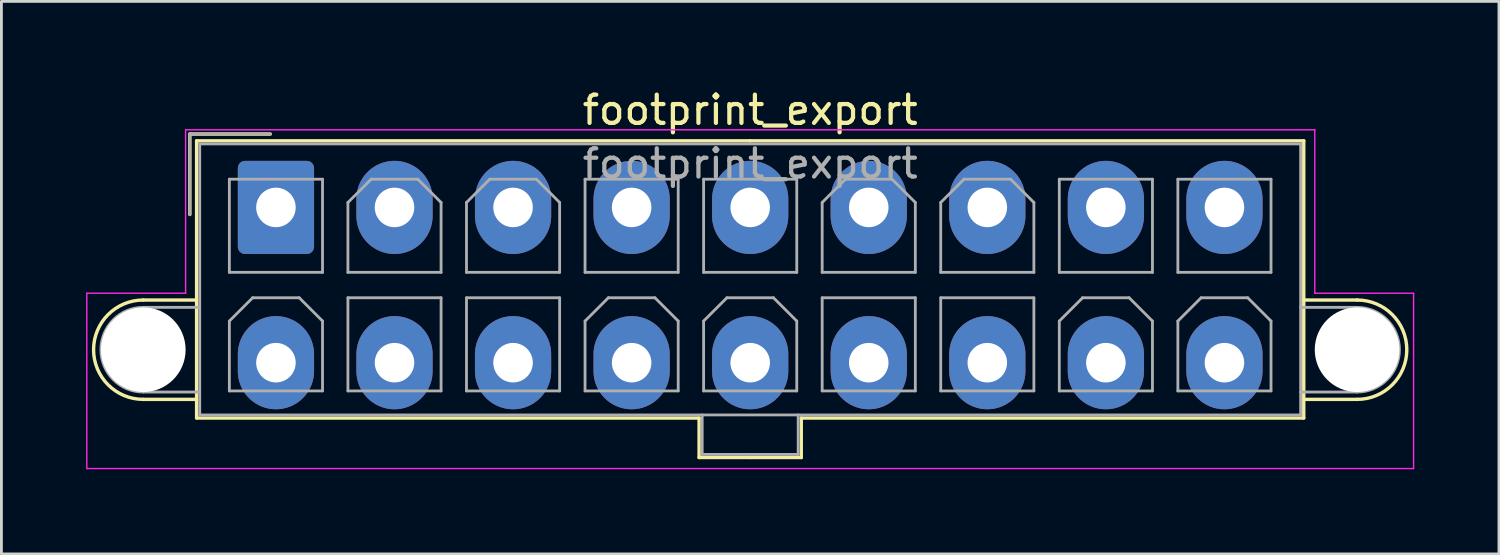
<source format=kicad_pcb>
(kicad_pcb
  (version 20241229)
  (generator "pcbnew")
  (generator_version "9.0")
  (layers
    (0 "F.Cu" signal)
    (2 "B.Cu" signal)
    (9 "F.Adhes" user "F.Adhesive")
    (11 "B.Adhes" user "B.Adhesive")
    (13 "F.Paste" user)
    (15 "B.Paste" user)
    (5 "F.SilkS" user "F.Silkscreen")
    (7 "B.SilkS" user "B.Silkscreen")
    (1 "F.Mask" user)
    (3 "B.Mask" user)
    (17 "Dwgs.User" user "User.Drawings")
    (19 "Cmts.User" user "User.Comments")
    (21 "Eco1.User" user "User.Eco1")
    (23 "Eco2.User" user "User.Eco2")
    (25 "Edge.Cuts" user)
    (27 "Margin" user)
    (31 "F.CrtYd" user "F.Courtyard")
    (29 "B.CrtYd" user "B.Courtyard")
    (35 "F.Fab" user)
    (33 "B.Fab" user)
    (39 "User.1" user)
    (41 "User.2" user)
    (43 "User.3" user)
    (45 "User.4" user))
  (footprint "footprint_export"
    (layer "F.Cu")
    (at 6.725 4.298)
    (property "Reference" "footprint_export" (at 16.8 -3.45 0) (layer "F.SilkS") (effects (font (size 1 1) (thickness 0.15))))
    (attr through_hole)
    (fp_line (start -4.7 3.28) (end -2.81 3.28) (stroke (width 0.12) (type solid)) (layer "F.SilkS"))
    (fp_line (start -4.7 6.8) (end -2.81 6.8) (stroke (width 0.12) (type solid)) (layer "F.SilkS"))
    (fp_line (start -3.05 -2.6) (end -3.05 0.25) (stroke (width 0.12) (type solid)) (layer "F.SilkS"))
    (fp_line (start -2.81 -2.36) (end -2.81 7.46) (stroke (width 0.12) (type solid)) (layer "F.SilkS"))
    (fp_line (start -2.81 7.46) (end 14.99 7.46) (stroke (width 0.12) (type solid)) (layer "F.SilkS"))
    (fp_line (start -0.2 -2.6) (end -3.05 -2.6) (stroke (width 0.12) (type solid)) (layer "F.SilkS"))
    (fp_line (start 14.99 7.46) (end 14.99 8.86) (stroke (width 0.12) (type solid)) (layer "F.SilkS"))
    (fp_line (start 14.99 8.86) (end 16.8 8.86) (stroke (width 0.12) (type solid)) (layer "F.SilkS"))
    (fp_line (start 16.8 -2.36) (end -2.81 -2.36) (stroke (width 0.12) (type solid)) (layer "F.SilkS"))
    (fp_line (start 16.8 -2.36) (end 36.41 -2.36) (stroke (width 0.12) (type solid)) (layer "F.SilkS"))
    (fp_line (start 18.61 7.46) (end 18.61 8.86) (stroke (width 0.12) (type solid)) (layer "F.SilkS"))
    (fp_line (start 18.61 8.86) (end 16.8 8.86) (stroke (width 0.12) (type solid)) (layer "F.SilkS"))
    (fp_line (start 36.41 -2.36) (end 36.41 7.46) (stroke (width 0.12) (type solid)) (layer "F.SilkS"))
    (fp_line (start 36.41 7.46) (end 18.61 7.46) (stroke (width 0.12) (type solid)) (layer "F.SilkS"))
    (fp_line (start 38.3 3.28) (end 36.41 3.28) (stroke (width 0.12) (type solid)) (layer "F.SilkS"))
    (fp_line (start 38.3 6.8) (end 36.41 6.8) (stroke (width 0.12) (type solid)) (layer "F.SilkS"))
    (fp_arc (start -4.7 6.8) (mid -6.46 5.04) (end -4.7 3.28) (stroke (width 0.12) (type solid)) (layer "F.SilkS"))
    (fp_arc (start 38.3 3.28) (mid 40.06 5.04) (end 38.3 6.8) (stroke (width 0.12) (type solid)) (layer "F.SilkS"))
    (fp_line (start -6.7 3.04) (end -6.7 9.25) (stroke (width 0.05) (type solid)) (layer "F.CrtYd"))
    (fp_line (start -6.7 9.25) (end 40.3 9.25) (stroke (width 0.05) (type solid)) (layer "F.CrtYd"))
    (fp_line (start -3.2 -2.75) (end -3.2 3.04) (stroke (width 0.05) (type solid)) (layer "F.CrtYd"))
    (fp_line (start -3.2 3.04) (end -6.7 3.04) (stroke (width 0.05) (type solid)) (layer "F.CrtYd"))
    (fp_line (start 36.8 -2.75) (end -3.2 -2.75) (stroke (width 0.05) (type solid)) (layer "F.CrtYd"))
    (fp_line (start 36.8 3.04) (end 36.8 -2.75) (stroke (width 0.05) (type solid)) (layer "F.CrtYd"))
    (fp_line (start 40.3 3.04) (end 36.8 3.04) (stroke (width 0.05) (type solid)) (layer "F.CrtYd"))
    (fp_line (start 40.3 9.25) (end 40.3 3.04) (stroke (width 0.05) (type solid)) (layer "F.CrtYd"))
    (fp_line (start -4.7 3.54) (end -2.7 3.54) (stroke (width 0.1) (type solid)) (layer "F.Fab"))
    (fp_line (start -4.7 6.54) (end -2.7 6.54) (stroke (width 0.1) (type solid)) (layer "F.Fab"))
    (fp_line (start -3.05 -2.6) (end -3.05 0.25) (stroke (width 0.1) (type solid)) (layer "F.Fab"))
    (fp_line (start -2.7 -2.25) (end -2.7 7.35) (stroke (width 0.1) (type solid)) (layer "F.Fab"))
    (fp_line (start -2.7 7.35) (end 36.3 7.35) (stroke (width 0.1) (type solid)) (layer "F.Fab"))
    (fp_line (start -1.65 -1) (end -1.65 2.3) (stroke (width 0.1) (type solid)) (layer "F.Fab"))
    (fp_line (start -1.65 2.3) (end 1.65 2.3) (stroke (width 0.1) (type solid)) (layer "F.Fab"))
    (fp_line (start -1.65 4.025) (end -0.825 3.2) (stroke (width 0.1) (type solid)) (layer "F.Fab"))
    (fp_line (start -1.65 6.5) (end -1.65 4.025) (stroke (width 0.1) (type solid)) (layer "F.Fab"))
    (fp_line (start -0.825 3.2) (end 0.825 3.2) (stroke (width 0.1) (type solid)) (layer "F.Fab"))
    (fp_line (start -0.2 -2.6) (end -3.05 -2.6) (stroke (width 0.1) (type solid)) (layer "F.Fab"))
    (fp_line (start 0.825 3.2) (end 1.65 4.025) (stroke (width 0.1) (type solid)) (layer "F.Fab"))
    (fp_line (start 1.65 -1) (end -1.65 -1) (stroke (width 0.1) (type solid)) (layer "F.Fab"))
    (fp_line (start 1.65 2.3) (end 1.65 -1) (stroke (width 0.1) (type solid)) (layer "F.Fab"))
    (fp_line (start 1.65 4.025) (end 1.65 6.5) (stroke (width 0.1) (type solid)) (layer "F.Fab"))
    (fp_line (start 1.65 6.5) (end -1.65 6.5) (stroke (width 0.1) (type solid)) (layer "F.Fab"))
    (fp_line (start 2.55 -0.175) (end 3.375 -1) (stroke (width 0.1) (type solid)) (layer "F.Fab"))
    (fp_line (start 2.55 2.3) (end 2.55 -0.175) (stroke (width 0.1) (type solid)) (layer "F.Fab"))
    (fp_line (start 2.55 3.2) (end 2.55 6.5) (stroke (width 0.1) (type solid)) (layer "F.Fab"))
    (fp_line (start 2.55 6.5) (end 5.85 6.5) (stroke (width 0.1) (type solid)) (layer "F.Fab"))
    (fp_line (start 3.375 -1) (end 5.025 -1) (stroke (width 0.1) (type solid)) (layer "F.Fab"))
    (fp_line (start 5.025 -1) (end 5.85 -0.175) (stroke (width 0.1) (type solid)) (layer "F.Fab"))
    (fp_line (start 5.85 -0.175) (end 5.85 2.3) (stroke (width 0.1) (type solid)) (layer "F.Fab"))
    (fp_line (start 5.85 2.3) (end 2.55 2.3) (stroke (width 0.1) (type solid)) (layer "F.Fab"))
    (fp_line (start 5.85 3.2) (end 2.55 3.2) (stroke (width 0.1) (type solid)) (layer "F.Fab"))
    (fp_line (start 5.85 6.5) (end 5.85 3.2) (stroke (width 0.1) (type solid)) (layer "F.Fab"))
    (fp_line (start 6.75 -0.175) (end 7.575 -1) (stroke (width 0.1) (type solid)) (layer "F.Fab"))
    (fp_line (start 6.75 2.3) (end 6.75 -0.175) (stroke (width 0.1) (type solid)) (layer "F.Fab"))
    (fp_line (start 6.75 3.2) (end 6.75 6.5) (stroke (width 0.1) (type solid)) (layer "F.Fab"))
    (fp_line (start 6.75 6.5) (end 10.05 6.5) (stroke (width 0.1) (type solid)) (layer "F.Fab"))
    (fp_line (start 7.575 -1) (end 9.225 -1) (stroke (width 0.1) (type solid)) (layer "F.Fab"))
    (fp_line (start 9.225 -1) (end 10.05 -0.175) (stroke (width 0.1) (type solid)) (layer "F.Fab"))
    (fp_line (start 10.05 -0.175) (end 10.05 2.3) (stroke (width 0.1) (type solid)) (layer "F.Fab"))
    (fp_line (start 10.05 2.3) (end 6.75 2.3) (stroke (width 0.1) (type solid)) (layer "F.Fab"))
    (fp_line (start 10.05 3.2) (end 6.75 3.2) (stroke (width 0.1) (type solid)) (layer "F.Fab"))
    (fp_line (start 10.05 6.5) (end 10.05 3.2) (stroke (width 0.1) (type solid)) (layer "F.Fab"))
    (fp_line (start 10.95 -1) (end 10.95 2.3) (stroke (width 0.1) (type solid)) (layer "F.Fab"))
    (fp_line (start 10.95 2.3) (end 14.25 2.3) (stroke (width 0.1) (type solid)) (layer "F.Fab"))
    (fp_line (start 10.95 4.025) (end 11.775 3.2) (stroke (width 0.1) (type solid)) (layer "F.Fab"))
    (fp_line (start 10.95 6.5) (end 10.95 4.025) (stroke (width 0.1) (type solid)) (layer "F.Fab"))
    (fp_line (start 11.775 3.2) (end 13.425 3.2) (stroke (width 0.1) (type solid)) (layer "F.Fab"))
    (fp_line (start 13.425 3.2) (end 14.25 4.025) (stroke (width 0.1) (type solid)) (layer "F.Fab"))
    (fp_line (start 14.25 -1) (end 10.95 -1) (stroke (width 0.1) (type solid)) (layer "F.Fab"))
    (fp_line (start 14.25 2.3) (end 14.25 -1) (stroke (width 0.1) (type solid)) (layer "F.Fab"))
    (fp_line (start 14.25 4.025) (end 14.25 6.5) (stroke (width 0.1) (type solid)) (layer "F.Fab"))
    (fp_line (start 14.25 6.5) (end 10.95 6.5) (stroke (width 0.1) (type solid)) (layer "F.Fab"))
    (fp_line (start 15.1 7.35) (end 15.1 8.75) (stroke (width 0.1) (type solid)) (layer "F.Fab"))
    (fp_line (start 15.1 8.75) (end 18.5 8.75) (stroke (width 0.1) (type solid)) (layer "F.Fab"))
    (fp_line (start 15.15 -1) (end 15.15 2.3) (stroke (width 0.1) (type solid)) (layer "F.Fab"))
    (fp_line (start 15.15 2.3) (end 18.45 2.3) (stroke (width 0.1) (type solid)) (layer "F.Fab"))
    (fp_line (start 15.15 4.025) (end 15.975 3.2) (stroke (width 0.1) (type solid)) (layer "F.Fab"))
    (fp_line (start 15.15 6.5) (end 15.15 4.025) (stroke (width 0.1) (type solid)) (layer "F.Fab"))
    (fp_line (start 15.975 3.2) (end 17.625 3.2) (stroke (width 0.1) (type solid)) (layer "F.Fab"))
    (fp_line (start 17.625 3.2) (end 18.45 4.025) (stroke (width 0.1) (type solid)) (layer "F.Fab"))
    (fp_line (start 18.45 -1) (end 15.15 -1) (stroke (width 0.1) (type solid)) (layer "F.Fab"))
    (fp_line (start 18.45 2.3) (end 18.45 -1) (stroke (width 0.1) (type solid)) (layer "F.Fab"))
    (fp_line (start 18.45 4.025) (end 18.45 6.5) (stroke (width 0.1) (type solid)) (layer "F.Fab"))
    (fp_line (start 18.45 6.5) (end 15.15 6.5) (stroke (width 0.1) (type solid)) (layer "F.Fab"))
    (fp_line (start 18.5 8.75) (end 18.5 7.35) (stroke (width 0.1) (type solid)) (layer "F.Fab"))
    (fp_line (start 19.35 -0.175) (end 20.175 -1) (stroke (width 0.1) (type solid)) (layer "F.Fab"))
    (fp_line (start 19.35 2.3) (end 19.35 -0.175) (stroke (width 0.1) (type solid)) (layer "F.Fab"))
    (fp_line (start 19.35 3.2) (end 19.35 6.5) (stroke (width 0.1) (type solid)) (layer "F.Fab"))
    (fp_line (start 19.35 6.5) (end 22.65 6.5) (stroke (width 0.1) (type solid)) (layer "F.Fab"))
    (fp_line (start 20.175 -1) (end 21.825 -1) (stroke (width 0.1) (type solid)) (layer "F.Fab"))
    (fp_line (start 21.825 -1) (end 22.65 -0.175) (stroke (width 0.1) (type solid)) (layer "F.Fab"))
    (fp_line (start 22.65 -0.175) (end 22.65 2.3) (stroke (width 0.1) (type solid)) (layer "F.Fab"))
    (fp_line (start 22.65 2.3) (end 19.35 2.3) (stroke (width 0.1) (type solid)) (layer "F.Fab"))
    (fp_line (start 22.65 3.2) (end 19.35 3.2) (stroke (width 0.1) (type solid)) (layer "F.Fab"))
    (fp_line (start 22.65 6.5) (end 22.65 3.2) (stroke (width 0.1) (type solid)) (layer "F.Fab"))
    (fp_line (start 23.55 -0.175) (end 24.375 -1) (stroke (width 0.1) (type solid)) (layer "F.Fab"))
    (fp_line (start 23.55 2.3) (end 23.55 -0.175) (stroke (width 0.1) (type solid)) (layer "F.Fab"))
    (fp_line (start 23.55 3.2) (end 23.55 6.5) (stroke (width 0.1) (type solid)) (layer "F.Fab"))
    (fp_line (start 23.55 6.5) (end 26.85 6.5) (stroke (width 0.1) (type solid)) (layer "F.Fab"))
    (fp_line (start 24.375 -1) (end 26.025 -1) (stroke (width 0.1) (type solid)) (layer "F.Fab"))
    (fp_line (start 26.025 -1) (end 26.85 -0.175) (stroke (width 0.1) (type solid)) (layer "F.Fab"))
    (fp_line (start 26.85 -0.175) (end 26.85 2.3) (stroke (width 0.1) (type solid)) (layer "F.Fab"))
    (fp_line (start 26.85 2.3) (end 23.55 2.3) (stroke (width 0.1) (type solid)) (layer "F.Fab"))
    (fp_line (start 26.85 3.2) (end 23.55 3.2) (stroke (width 0.1) (type solid)) (layer "F.Fab"))
    (fp_line (start 26.85 6.5) (end 26.85 3.2) (stroke (width 0.1) (type solid)) (layer "F.Fab"))
    (fp_line (start 27.75 -1) (end 27.75 2.3) (stroke (width 0.1) (type solid)) (layer "F.Fab"))
    (fp_line (start 27.75 2.3) (end 31.05 2.3) (stroke (width 0.1) (type solid)) (layer "F.Fab"))
    (fp_line (start 27.75 4.025) (end 28.575 3.2) (stroke (width 0.1) (type solid)) (layer "F.Fab"))
    (fp_line (start 27.75 6.5) (end 27.75 4.025) (stroke (width 0.1) (type solid)) (layer "F.Fab"))
    (fp_line (start 28.575 3.2) (end 30.225 3.2) (stroke (width 0.1) (type solid)) (layer "F.Fab"))
    (fp_line (start 30.225 3.2) (end 31.05 4.025) (stroke (width 0.1) (type solid)) (layer "F.Fab"))
    (fp_line (start 31.05 -1) (end 27.75 -1) (stroke (width 0.1) (type solid)) (layer "F.Fab"))
    (fp_line (start 31.05 2.3) (end 31.05 -1) (stroke (width 0.1) (type solid)) (layer "F.Fab"))
    (fp_line (start 31.05 4.025) (end 31.05 6.5) (stroke (width 0.1) (type solid)) (layer "F.Fab"))
    (fp_line (start 31.05 6.5) (end 27.75 6.5) (stroke (width 0.1) (type solid)) (layer "F.Fab"))
    (fp_line (start 31.95 -1) (end 31.95 2.3) (stroke (width 0.1) (type solid)) (layer "F.Fab"))
    (fp_line (start 31.95 2.3) (end 35.25 2.3) (stroke (width 0.1) (type solid)) (layer "F.Fab"))
    (fp_line (start 31.95 4.025) (end 32.775 3.2) (stroke (width 0.1) (type solid)) (layer "F.Fab"))
    (fp_line (start 31.95 6.5) (end 31.95 4.025) (stroke (width 0.1) (type solid)) (layer "F.Fab"))
    (fp_line (start 32.775 3.2) (end 34.425 3.2) (stroke (width 0.1) (type solid)) (layer "F.Fab"))
    (fp_line (start 34.425 3.2) (end 35.25 4.025) (stroke (width 0.1) (type solid)) (layer "F.Fab"))
    (fp_line (start 35.25 -1) (end 31.95 -1) (stroke (width 0.1) (type solid)) (layer "F.Fab"))
    (fp_line (start 35.25 2.3) (end 35.25 -1) (stroke (width 0.1) (type solid)) (layer "F.Fab"))
    (fp_line (start 35.25 4.025) (end 35.25 6.5) (stroke (width 0.1) (type solid)) (layer "F.Fab"))
    (fp_line (start 35.25 6.5) (end 31.95 6.5) (stroke (width 0.1) (type solid)) (layer "F.Fab"))
    (fp_line (start 36.3 -2.25) (end -2.7 -2.25) (stroke (width 0.1) (type solid)) (layer "F.Fab"))
    (fp_line (start 36.3 7.35) (end 36.3 -2.25) (stroke (width 0.1) (type solid)) (layer "F.Fab"))
    (fp_line (start 38.3 3.54) (end 36.3 3.54) (stroke (width 0.1) (type solid)) (layer "F.Fab"))
    (fp_line (start 38.3 6.54) (end 36.3 6.54) (stroke (width 0.1) (type solid)) (layer "F.Fab"))
    (fp_arc (start -4.7 6.54) (mid -6.2 5.04) (end -4.7 3.54) (stroke (width 0.1) (type solid)) (layer "F.Fab"))
    (fp_arc (start 38.3 3.54) (mid 39.8 5.04) (end 38.3 6.54) (stroke (width 0.1) (type solid)) (layer "F.Fab"))
    (fp_text user "${REFERENCE}" (at 16.8 -1.55 0) (layer "F.Fab") (effects (font (size 1 1) (thickness 0.15))))
    (pad "" np_thru_hole circle (at -4.7 5.04) (size 3 3) (drill 3) (layers "*.Cu" "*.Mask"))
    (pad "" np_thru_hole circle (at 38.3 5.04) (size 3 3) (drill 3) (layers "*.Cu" "*.Mask"))
    (pad "1" thru_hole roundrect (at 0 0) (size 2.7 3.3) (drill 1.4) (layers "*.Cu" "*.Mask") (roundrect_rratio 0.093))
    (pad "2" thru_hole oval (at 4.2 0) (size 2.7 3.3) (drill 1.4) (layers "*.Cu" "*.Mask"))
    (pad "3" thru_hole oval (at 8.4 0) (size 2.7 3.3) (drill 1.4) (layers "*.Cu" "*.Mask"))
    (pad "4" thru_hole oval (at 12.6 0) (size 2.7 3.3) (drill 1.4) (layers "*.Cu" "*.Mask"))
    (pad "5" thru_hole oval (at 16.8 0) (size 2.7 3.3) (drill 1.4) (layers "*.Cu" "*.Mask"))
    (pad "6" thru_hole oval (at 21 0) (size 2.7 3.3) (drill 1.4) (layers "*.Cu" "*.Mask"))
    (pad "7" thru_hole oval (at 25.2 0) (size 2.7 3.3) (drill 1.4) (layers "*.Cu" "*.Mask"))
    (pad "8" thru_hole oval (at 29.4 0) (size 2.7 3.3) (drill 1.4) (layers "*.Cu" "*.Mask"))
    (pad "9" thru_hole oval (at 33.6 0) (size 2.7 3.3) (drill 1.4) (layers "*.Cu" "*.Mask"))
    (pad "10" thru_hole oval (at 0 5.5) (size 2.7 3.3) (drill 1.4) (layers "*.Cu" "*.Mask"))
    (pad "11" thru_hole oval (at 4.2 5.5) (size 2.7 3.3) (drill 1.4) (layers "*.Cu" "*.Mask"))
    (pad "12" thru_hole oval (at 8.4 5.5) (size 2.7 3.3) (drill 1.4) (layers "*.Cu" "*.Mask"))
    (pad "13" thru_hole oval (at 12.6 5.5) (size 2.7 3.3) (drill 1.4) (layers "*.Cu" "*.Mask"))
    (pad "14" thru_hole oval (at 16.8 5.5) (size 2.7 3.3) (drill 1.4) (layers "*.Cu" "*.Mask"))
    (pad "15" thru_hole oval (at 21 5.5) (size 2.7 3.3) (drill 1.4) (layers "*.Cu" "*.Mask"))
    (pad "16" thru_hole oval (at 25.2 5.5) (size 2.7 3.3) (drill 1.4) (layers "*.Cu" "*.Mask"))
    (pad "17" thru_hole oval (at 29.4 5.5) (size 2.7 3.3) (drill 1.4) (layers "*.Cu" "*.Mask"))
    (pad "18" thru_hole oval (at 33.6 5.5) (size 2.7 3.3) (drill 1.4) (layers "*.Cu" "*.Mask")))
  (gr_rect
    (start -3 -3)
    (end 50.05 16.573)
    (stroke (width 0.1) (type default))
    (fill no)
    (layer "Edge.Cuts")))
</source>
